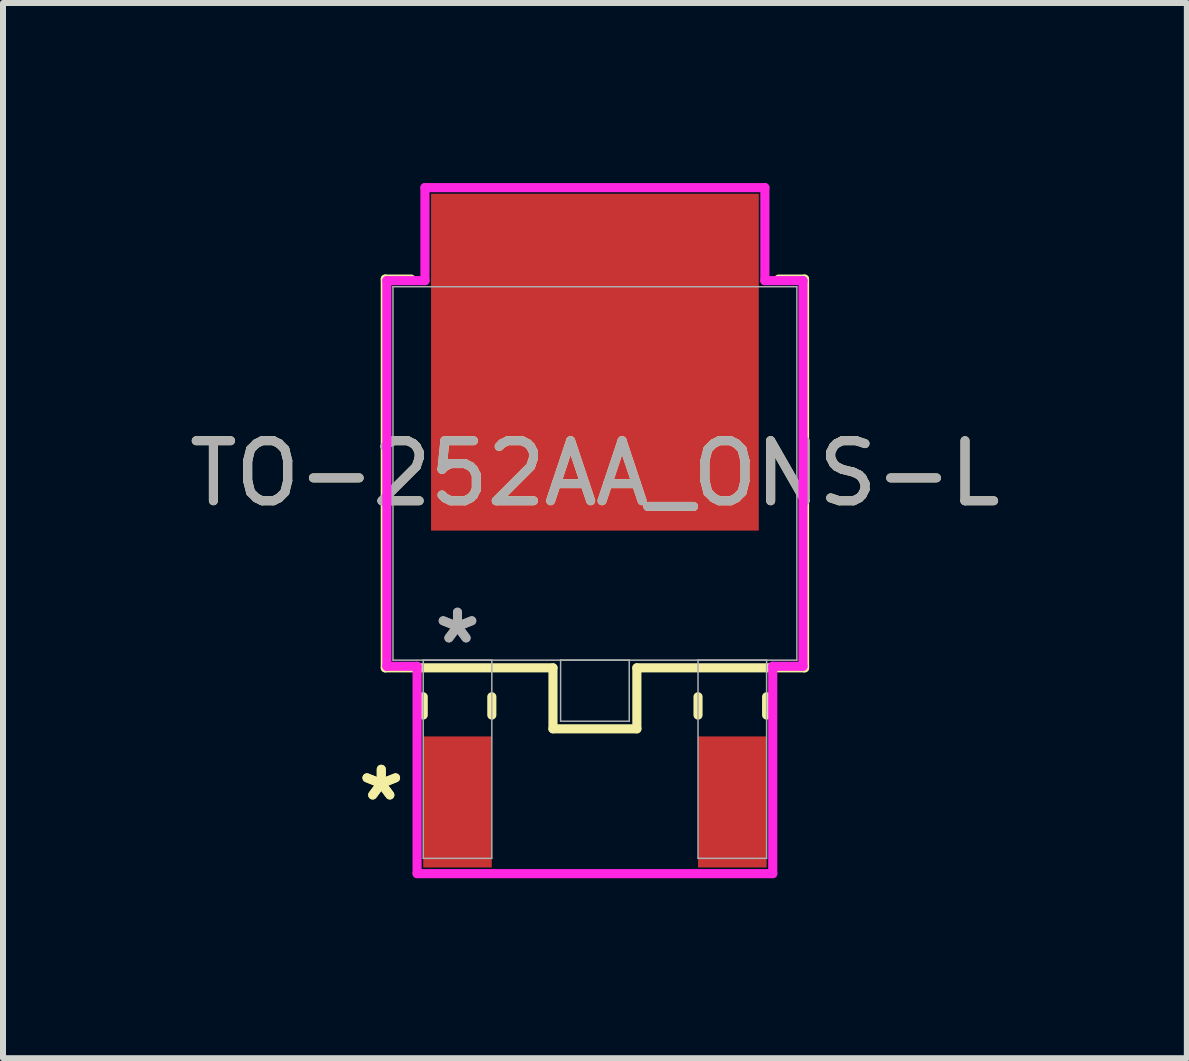
<source format=kicad_pcb>
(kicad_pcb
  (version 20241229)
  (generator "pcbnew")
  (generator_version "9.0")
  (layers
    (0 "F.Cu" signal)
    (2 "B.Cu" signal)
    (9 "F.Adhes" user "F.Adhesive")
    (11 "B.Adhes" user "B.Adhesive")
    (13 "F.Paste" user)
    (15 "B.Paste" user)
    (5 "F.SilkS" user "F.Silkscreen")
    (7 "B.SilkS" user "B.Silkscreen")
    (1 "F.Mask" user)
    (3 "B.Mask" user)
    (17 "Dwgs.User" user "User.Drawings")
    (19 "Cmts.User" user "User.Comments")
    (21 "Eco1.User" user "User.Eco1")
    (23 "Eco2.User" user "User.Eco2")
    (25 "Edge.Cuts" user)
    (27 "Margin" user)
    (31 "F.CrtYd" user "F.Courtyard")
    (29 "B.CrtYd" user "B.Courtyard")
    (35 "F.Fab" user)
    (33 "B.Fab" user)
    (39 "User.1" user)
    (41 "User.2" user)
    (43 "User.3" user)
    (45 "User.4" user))
  (footprint "TO-252AA_ONS-L"
    (layer "F.Cu")
    (at 6.863 4.839)
    (property "Reference" "TO-252AA_ONS-L" (at 0 0 0) (unlocked yes) (layer "F.SilkS") (effects (font (size 1 1) (thickness 0.15))))
    (attr smd)
    (fp_line (start -3.493 -3.239) (end -3.493 3.239) (stroke (width 0.152) (type solid)) (layer "F.SilkS"))
    (fp_line (start -3.493 3.239) (end -0.699 3.239) (stroke (width 0.152) (type solid)) (layer "F.SilkS"))
    (fp_line (start -3.063 -3.239) (end -3.493 -3.239) (stroke (width 0.152) (type solid)) (layer "F.SilkS"))
    (fp_line (start -2.861 3.721) (end -2.861 4.026) (stroke (width 0.152) (type solid)) (layer "F.SilkS"))
    (fp_line (start -1.718 3.721) (end -1.718 4.026) (stroke (width 0.152) (type solid)) (layer "F.SilkS"))
    (fp_line (start -0.699 3.239) (end -0.699 4.255) (stroke (width 0.152) (type solid)) (layer "F.SilkS"))
    (fp_line (start -0.699 4.255) (end 0.699 4.255) (stroke (width 0.152) (type solid)) (layer "F.SilkS"))
    (fp_line (start 0.699 3.239) (end 3.493 3.239) (stroke (width 0.152) (type solid)) (layer "F.SilkS"))
    (fp_line (start 0.699 4.255) (end 0.699 3.239) (stroke (width 0.152) (type solid)) (layer "F.SilkS"))
    (fp_line (start 1.718 3.721) (end 1.718 4.026) (stroke (width 0.152) (type solid)) (layer "F.SilkS"))
    (fp_line (start 2.861 3.721) (end 2.861 4.026) (stroke (width 0.152) (type solid)) (layer "F.SilkS"))
    (fp_line (start 3.493 -3.239) (end 3.063 -3.239) (stroke (width 0.152) (type solid)) (layer "F.SilkS"))
    (fp_line (start 3.493 3.239) (end 3.493 -3.239) (stroke (width 0.152) (type solid)) (layer "F.SilkS"))
    (fp_line (start -3.467 -3.213) (end -2.832 -3.213) (stroke (width 0.152) (type solid)) (layer "F.CrtYd"))
    (fp_line (start -3.467 3.213) (end -3.467 -3.213) (stroke (width 0.152) (type solid)) (layer "F.CrtYd"))
    (fp_line (start -2.963 3.213) (end -3.467 3.213) (stroke (width 0.152) (type solid)) (layer "F.CrtYd"))
    (fp_line (start -2.963 6.668) (end -2.963 3.213) (stroke (width 0.152) (type solid)) (layer "F.CrtYd"))
    (fp_line (start -2.832 -4.763) (end 2.832 -4.763) (stroke (width 0.152) (type solid)) (layer "F.CrtYd"))
    (fp_line (start -2.832 -3.213) (end -2.832 -4.763) (stroke (width 0.152) (type solid)) (layer "F.CrtYd"))
    (fp_line (start 2.832 -4.763) (end 2.832 -3.213) (stroke (width 0.152) (type solid)) (layer "F.CrtYd"))
    (fp_line (start 2.832 -3.213) (end 3.467 -3.213) (stroke (width 0.152) (type solid)) (layer "F.CrtYd"))
    (fp_line (start 2.963 3.213) (end 2.963 6.668) (stroke (width 0.152) (type solid)) (layer "F.CrtYd"))
    (fp_line (start 2.963 6.668) (end -2.963 6.668) (stroke (width 0.152) (type solid)) (layer "F.CrtYd"))
    (fp_line (start 3.467 -3.213) (end 3.467 3.213) (stroke (width 0.152) (type solid)) (layer "F.CrtYd"))
    (fp_line (start 3.467 3.213) (end 2.963 3.213) (stroke (width 0.152) (type solid)) (layer "F.CrtYd"))
    (fp_line (start -3.365 -3.111) (end -3.365 3.111) (stroke (width 0.025) (type solid)) (layer "F.Fab"))
    (fp_line (start -3.365 3.111) (end 3.365 3.111) (stroke (width 0.025) (type solid)) (layer "F.Fab"))
    (fp_line (start -2.861 3.111) (end -2.861 6.413) (stroke (width 0.025) (type solid)) (layer "F.Fab"))
    (fp_line (start -2.861 6.413) (end -1.718 6.413) (stroke (width 0.025) (type solid)) (layer "F.Fab"))
    (fp_line (start -1.718 3.111) (end -2.861 3.111) (stroke (width 0.025) (type solid)) (layer "F.Fab"))
    (fp_line (start -1.718 6.413) (end -1.718 3.111) (stroke (width 0.025) (type solid)) (layer "F.Fab"))
    (fp_line (start -0.572 3.111) (end -0.572 4.128) (stroke (width 0.025) (type solid)) (layer "F.Fab"))
    (fp_line (start -0.572 4.128) (end 0.572 4.128) (stroke (width 0.025) (type solid)) (layer "F.Fab"))
    (fp_line (start 0.572 3.111) (end -0.572 3.111) (stroke (width 0.025) (type solid)) (layer "F.Fab"))
    (fp_line (start 0.572 4.128) (end 0.572 3.111) (stroke (width 0.025) (type solid)) (layer "F.Fab"))
    (fp_line (start 1.718 3.111) (end 1.718 6.413) (stroke (width 0.025) (type solid)) (layer "F.Fab"))
    (fp_line (start 1.718 6.413) (end 2.861 6.413) (stroke (width 0.025) (type solid)) (layer "F.Fab"))
    (fp_line (start 2.861 3.111) (end 1.718 3.111) (stroke (width 0.025) (type solid)) (layer "F.Fab"))
    (fp_line (start 2.861 6.413) (end 2.861 3.111) (stroke (width 0.025) (type solid)) (layer "F.Fab"))
    (fp_line (start 3.365 -3.111) (end -3.365 -3.111) (stroke (width 0.025) (type solid)) (layer "F.Fab"))
    (fp_line (start 3.365 3.111) (end 3.365 -3.111) (stroke (width 0.025) (type solid)) (layer "F.Fab"))
    (fp_text user "*" (at -3.56 5.474 0) (unlocked yes) (layer "F.SilkS") (effects (font (size 1 1) (thickness 0.15))))
    (fp_text user "*" (at -3.56 5.474 0) (layer "F.SilkS") (effects (font (size 1 1) (thickness 0.15))))
    (fp_text user "*" (at -2.29 2.857 0) (layer "F.Fab") (effects (font (size 1 1) (thickness 0.15))))
    (fp_text user "*" (at -2.29 2.857 0) (unlocked yes) (layer "F.Fab") (effects (font (size 1 1) (thickness 0.15))))
    (fp_text user "${REFERENCE}" (at 0 0 0) (unlocked yes) (layer "F.Fab") (effects (font (size 1 1) (thickness 0.15))))
    (pad "1" smd rect (at -2.29 5.474) (size 1.143 2.184) (layers "F.Cu" "F.Mask" "F.Paste"))
    (pad "2" smd rect (at 0 -1.854) (size 5.461 5.613) (layers "F.Cu" "F.Mask" "F.Paste"))
    (pad "3" smd rect (at 2.29 5.474) (size 1.143 2.184) (layers "F.Cu" "F.Mask" "F.Paste")))
  (gr_rect
    (start -3 -3)
    (end 16.726 14.582)
    (stroke (width 0.1) (type default))
    (fill no)
    (layer "Edge.Cuts")))
</source>
